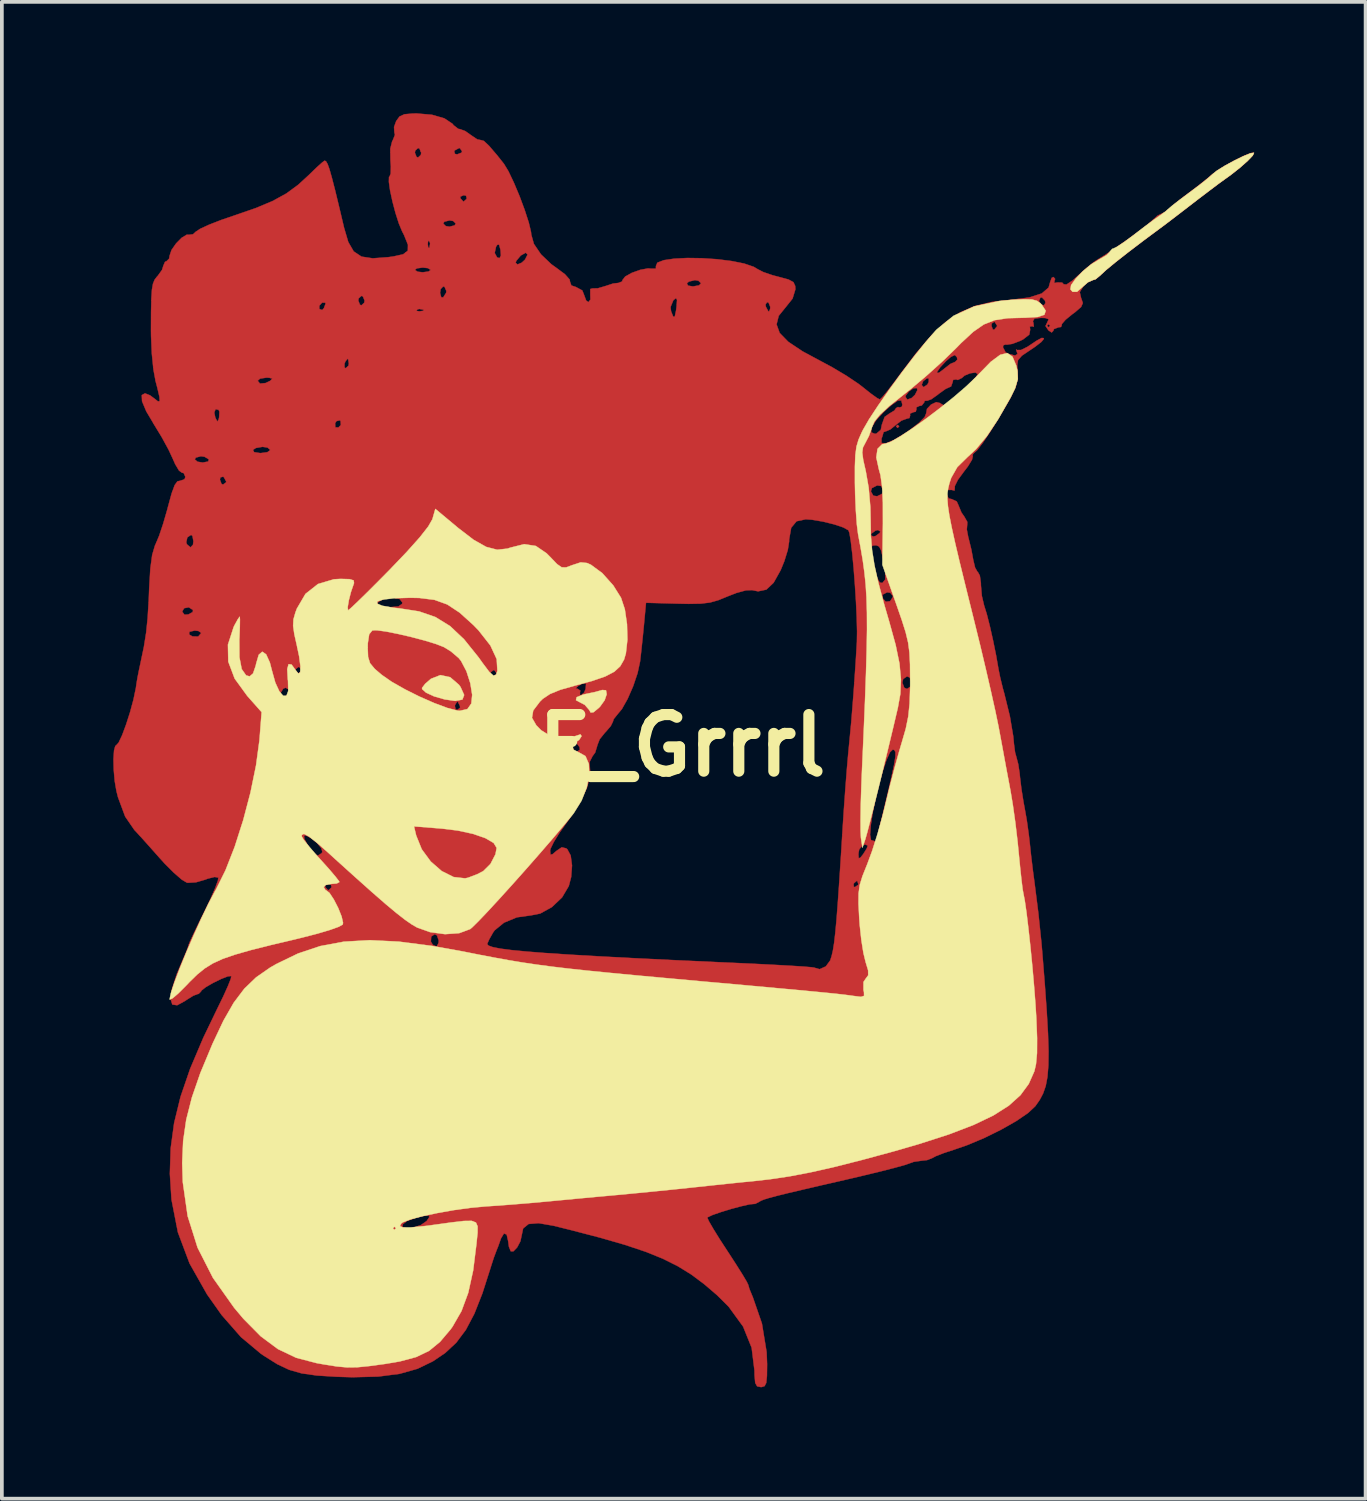
<source format=kicad_pcb>
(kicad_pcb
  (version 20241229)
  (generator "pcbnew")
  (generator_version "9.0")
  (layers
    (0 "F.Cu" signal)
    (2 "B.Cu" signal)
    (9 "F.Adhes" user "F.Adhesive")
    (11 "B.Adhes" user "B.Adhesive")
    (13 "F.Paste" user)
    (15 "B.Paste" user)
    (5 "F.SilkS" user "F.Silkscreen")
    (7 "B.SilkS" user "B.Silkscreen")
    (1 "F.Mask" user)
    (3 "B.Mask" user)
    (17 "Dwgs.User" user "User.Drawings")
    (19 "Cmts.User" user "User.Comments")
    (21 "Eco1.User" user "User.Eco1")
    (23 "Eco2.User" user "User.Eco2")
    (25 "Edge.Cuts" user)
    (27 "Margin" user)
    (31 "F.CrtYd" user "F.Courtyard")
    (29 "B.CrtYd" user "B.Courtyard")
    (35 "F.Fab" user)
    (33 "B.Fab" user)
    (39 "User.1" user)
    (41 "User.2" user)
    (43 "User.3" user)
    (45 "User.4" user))
  (footprint "E_Grrrl"
    (layer "F.Cu")
    (at 15.317 17.023)
    (property "Reference" "E_Grrrl" (at 0 0 0) (layer "F.SilkS") (effects (font (size 1.524 1.524) (thickness 0.3))))
    (attr through_hole)
    (fp_poly (pts (xy 5.842 -8.594) (xy 5.8 -8.551) (xy 5.757 -8.594) (xy 5.8 -8.636) (xy 5.842 -8.594)) (stroke (width 0.01) (type solid)) (fill yes) (layer "F.Cu"))
    (fp_poly (pts (xy -6.737 -16.983) (xy -6.404 -16.887) (xy -6.186 -16.742) (xy -6.155 -16.702) (xy -6.029 -16.604) (xy -5.978 -16.595) (xy -5.839 -16.543) (xy -5.675 -16.427) (xy -5.519 -16.321) (xy -5.416 -16.3) (xy -5.415 -16.3) (xy -5.34 -16.279) (xy -5.2 -16.147) (xy -4.984 -15.895) (xy -4.799 -15.662) (xy -4.677 -15.461) (xy -4.531 -15.154) (xy -4.378 -14.79) (xy -4.239 -14.416) (xy -4.13 -14.079) (xy -4.07 -13.827) (xy -4.064 -13.76) (xy -3.993 -13.506) (xy -3.801 -13.224) (xy -3.522 -12.958) (xy -3.388 -12.862) (xy -3.157 -12.69) (xy -3.031 -12.548) (xy -3.019 -12.485) (xy -2.984 -12.387) (xy -2.864 -12.347) (xy -2.689 -12.253) (xy -2.64 -12.129) (xy -2.585 -11.98) (xy -2.524 -11.938) (xy -2.471 -12.008) (xy -2.475 -12.142) (xy -2.475 -12.292) (xy -2.414 -12.308) (xy -2.272 -12.311) (xy -2.068 -12.371) (xy -2.068 -12.371) (xy -1.861 -12.439) (xy -1.798 -12.446) (xy 0.127 -12.446) (xy 0.157 -12.383) (xy 0.291 -12.361) (xy 0.453 -12.39) (xy 0.508 -12.446) (xy 0.437 -12.515) (xy 0.344 -12.531) (xy 0.182 -12.492) (xy 0.127 -12.446) (xy -1.798 -12.446) (xy -1.714 -12.456) (xy -1.617 -12.496) (xy -1.609 -12.531) (xy -1.535 -12.627) (xy -1.356 -12.727) (xy -1.13 -12.808) (xy -0.919 -12.847) (xy -0.827 -12.84) (xy -0.708 -12.84) (xy -0.707 -12.91) (xy -0.669 -13.001) (xy -0.495 -13.068) (xy -0.216 -13.109) (xy 0.138 -13.127) (xy 0.534 -13.121) (xy 0.942 -13.094) (xy 1.331 -13.045) (xy 1.67 -12.977) (xy 1.927 -12.889) (xy 2.032 -12.826) (xy 2.184 -12.748) (xy 2.435 -12.662) (xy 2.603 -12.618) (xy 2.862 -12.548) (xy 2.995 -12.477) (xy 3.043 -12.373) (xy 3.048 -12.284) (xy 2.972 -12.034) (xy 2.794 -11.811) (xy 2.599 -11.57) (xy 2.541 -11.339) (xy 2.624 -11.109) (xy 2.857 -10.87) (xy 3.244 -10.612) (xy 3.654 -10.392) (xy 4.043 -10.183) (xy 4.425 -9.955) (xy 4.741 -9.743) (xy 4.856 -9.655) (xy 5.078 -9.478) (xy 5.248 -9.356) (xy 5.322 -9.318) (xy 5.392 -9.384) (xy 5.395 -9.388) (xy 6.011 -9.388) (xy 6.061 -9.316) (xy 6.177 -9.357) (xy 6.267 -9.442) (xy 6.332 -9.57) (xy 6.322 -9.624) (xy 6.228 -9.62) (xy 6.103 -9.535) (xy 6.018 -9.422) (xy 6.011 -9.388) (xy 5.395 -9.388) (xy 5.536 -9.558) (xy 5.65 -9.707) (xy 6.448 -9.707) (xy 6.497 -9.652) (xy 6.503 -9.652) (xy 6.601 -9.72) (xy 6.637 -9.786) (xy 6.64 -9.885) (xy 6.588 -9.887) (xy 6.487 -9.809) (xy 6.448 -9.707) (xy 5.65 -9.707) (xy 5.728 -9.808) (xy 5.842 -9.963) (xy 5.9 -10.04) (xy 6.858 -10.04) (xy 6.91 -10.035) (xy 7.036 -10.129) (xy 7.054 -10.145) (xy 7.22 -10.275) (xy 7.347 -10.329) (xy 7.348 -10.329) (xy 7.408 -10.391) (xy 7.397 -10.455) (xy 7.341 -10.515) (xy 7.235 -10.465) (xy 7.103 -10.35) (xy 6.947 -10.184) (xy 6.863 -10.06) (xy 6.858 -10.04) (xy 5.9 -10.04) (xy 6.304 -10.572) (xy 6.714 -11.047) (xy 6.988 -11.303) (xy 8.326 -11.303) (xy 8.364 -11.202) (xy 8.402 -11.197) (xy 8.478 -11.29) (xy 8.479 -11.303) (xy 8.415 -11.404) (xy 8.402 -11.409) (xy 8.336 -11.365) (xy 8.326 -11.303) (xy 6.988 -11.303) (xy 7.098 -11.405) (xy 7.48 -11.662) (xy 7.886 -11.836) (xy 8.34 -11.944) (xy 8.534 -11.966) (xy 9.604 -11.966) (xy 9.67 -11.873) (xy 9.739 -11.853) (xy 9.781 -11.916) (xy 9.767 -11.98) (xy 9.687 -12.065) (xy 9.642 -12.059) (xy 9.604 -11.966) (xy 8.534 -11.966) (xy 8.848 -12.001) (xy 9.345 -12.064) (xy 9.682 -12.173) (xy 9.865 -12.33) (xy 9.903 -12.467) (xy 9.948 -12.593) (xy 9.996 -12.615) (xy 10.042 -12.562) (xy 10.024 -12.516) (xy 10.02 -12.452) (xy 10.098 -12.469) (xy 10.231 -12.465) (xy 10.271 -12.42) (xy 10.347 -12.413) (xy 10.51 -12.521) (xy 10.649 -12.646) (xy 10.873 -12.848) (xy 11.073 -13.01) (xy 11.16 -13.069) (xy 11.389 -13.211) (xy 11.682 -13.407) (xy 11.996 -13.627) (xy 12.291 -13.843) (xy 12.527 -14.025) (xy 12.662 -14.144) (xy 12.663 -14.146) (xy 12.8 -14.269) (xy 12.882 -14.309) (xy 12.993 -14.361) (xy 13.111 -14.457) (xy 13.267 -14.59) (xy 13.498 -14.773) (xy 13.668 -14.901) (xy 13.921 -15.094) (xy 14.142 -15.271) (xy 14.24 -15.355) (xy 14.407 -15.481) (xy 14.643 -15.627) (xy 14.904 -15.77) (xy 15.146 -15.887) (xy 15.326 -15.956) (xy 15.396 -15.959) (xy 15.362 -15.886) (xy 15.224 -15.742) (xy 15.017 -15.558) (xy 14.772 -15.365) (xy 14.598 -15.24) (xy 14.451 -15.134) (xy 14.211 -14.953) (xy 13.917 -14.73) (xy 13.755 -14.605) (xy 13.443 -14.365) (xy 13.156 -14.145) (xy 12.937 -13.979) (xy 12.867 -13.928) (xy 12.415 -13.592) (xy 12.008 -13.282) (xy 11.668 -13.015) (xy 11.417 -12.808) (xy 11.279 -12.681) (xy 11.271 -12.672) (xy 11.133 -12.557) (xy 11.052 -12.531) (xy 10.921 -12.473) (xy 10.801 -12.368) (xy 10.704 -12.209) (xy 10.741 -12.045) (xy 10.748 -12.032) (xy 10.787 -11.914) (xy 10.74 -11.808) (xy 10.581 -11.67) (xy 10.503 -11.613) (xy 10.32 -11.463) (xy 10.222 -11.349) (xy 10.219 -11.314) (xy 10.199 -11.269) (xy 10.132 -11.261) (xy 10.01 -11.214) (xy 9.991 -11.166) (xy 9.949 -11.121) (xy 9.863 -11.177) (xy 9.782 -11.295) (xy 9.786 -11.303) (xy 9.821 -11.303) (xy 9.864 -11.261) (xy 9.906 -11.303) (xy 9.864 -11.345) (xy 9.821 -11.303) (xy 9.786 -11.303) (xy 9.831 -11.399) (xy 9.867 -11.479) (xy 9.776 -11.511) (xy 9.665 -11.515) (xy 9.487 -11.497) (xy 9.443 -11.428) (xy 9.457 -11.374) (xy 9.468 -11.278) (xy 9.42 -11.289) (xy 9.36 -11.279) (xy 9.369 -11.194) (xy 9.344 -11.063) (xy 9.181 -10.937) (xy 9.101 -10.896) (xy 8.888 -10.815) (xy 8.738 -10.792) (xy 8.715 -10.799) (xy 8.646 -10.778) (xy 8.636 -10.724) (xy 8.705 -10.591) (xy 8.77 -10.55) (xy 8.962 -10.501) (xy 9.029 -10.543) (xy 9.008 -10.604) (xy 8.989 -10.666) (xy 9.015 -10.649) (xy 9.123 -10.65) (xy 9.294 -10.735) (xy 9.304 -10.741) (xy 9.546 -10.903) (xy 9.681 -10.975) (xy 9.733 -10.969) (xy 9.737 -10.948) (xy 9.671 -10.868) (xy 9.502 -10.737) (xy 9.364 -10.644) (xy 9.146 -10.497) (xy 9.042 -10.378) (xy 9.019 -10.235) (xy 9.033 -10.094) (xy 9.037 -9.877) (xy 8.977 -9.651) (xy 8.837 -9.36) (xy 8.784 -9.264) (xy 8.533 -8.835) (xy 8.299 -8.458) (xy 8.097 -8.156) (xy 7.943 -7.954) (xy 7.852 -7.874) (xy 7.849 -7.874) (xy 7.815 -7.822) (xy 7.827 -7.797) (xy 7.803 -7.696) (xy 7.692 -7.515) (xy 7.578 -7.366) (xy 7.423 -7.154) (xy 7.34 -6.986) (xy 7.338 -6.92) (xy 7.332 -6.865) (xy 7.253 -6.883) (xy 7.138 -6.882) (xy 7.112 -6.78) (xy 7.173 -6.652) (xy 7.257 -6.635) (xy 7.391 -6.573) (xy 7.435 -6.477) (xy 7.519 -6.273) (xy 7.595 -6.165) (xy 7.676 -6.022) (xy 7.673 -5.944) (xy 7.663 -5.817) (xy 7.702 -5.609) (xy 7.711 -5.579) (xy 7.785 -5.278) (xy 7.837 -4.995) (xy 7.886 -4.791) (xy 7.951 -4.676) (xy 7.961 -4.671) (xy 8.014 -4.576) (xy 8.042 -4.377) (xy 8.043 -4.316) (xy 8.068 -4.029) (xy 8.129 -3.77) (xy 8.135 -3.752) (xy 8.201 -3.539) (xy 8.284 -3.212) (xy 8.371 -2.825) (xy 8.451 -2.431) (xy 8.512 -2.082) (xy 8.513 -2.074) (xy 8.56 -1.84) (xy 8.634 -1.537) (xy 8.673 -1.397) (xy 8.822 -0.791) (xy 8.914 -0.245) (xy 8.933 -0.042) (xy 8.963 0.186) (xy 9.006 0.341) (xy 9.048 0.502) (xy 9.086 0.752) (xy 9.095 0.849) (xy 9.134 1.171) (xy 9.192 1.534) (xy 9.217 1.666) (xy 9.279 2.017) (xy 9.334 2.414) (xy 9.355 2.597) (xy 9.393 2.955) (xy 9.444 3.376) (xy 9.485 3.683) (xy 9.59 4.516) (xy 9.672 5.305) (xy 9.693 5.546) (xy 9.763 6.426) (xy 9.815 7.155) (xy 9.849 7.751) (xy 9.864 8.232) (xy 9.859 8.616) (xy 9.834 8.921) (xy 9.788 9.164) (xy 9.719 9.363) (xy 9.628 9.537) (xy 9.513 9.702) (xy 9.509 9.708) (xy 9.31 9.894) (xy 8.989 10.113) (xy 8.583 10.343) (xy 8.131 10.566) (xy 7.671 10.759) (xy 7.324 10.879) (xy 7.044 10.971) (xy 6.828 11.055) (xy 6.735 11.105) (xy 6.593 11.161) (xy 6.455 11.176) (xy 6.231 11.208) (xy 6.111 11.252) (xy 5.986 11.295) (xy 5.724 11.367) (xy 5.355 11.462) (xy 4.908 11.57) (xy 4.445 11.679) (xy 3.768 11.834) (xy 3.237 11.958) (xy 2.834 12.053) (xy 2.54 12.126) (xy 2.335 12.181) (xy 2.202 12.222) (xy 2.121 12.255) (xy 2.074 12.283) (xy 1.966 12.339) (xy 1.947 12.34) (xy 1.817 12.352) (xy 1.591 12.403) (xy 1.317 12.476) (xy 1.043 12.56) (xy 0.818 12.638) (xy 0.691 12.698) (xy 0.677 12.713) (xy 0.722 12.812) (xy 0.842 13.019) (xy 1.02 13.306) (xy 1.228 13.625) (xy 1.443 13.956) (xy 1.619 14.235) (xy 1.737 14.433) (xy 1.778 14.518) (xy 1.81 14.63) (xy 1.889 14.822) (xy 1.9 14.846) (xy 2.147 15.561) (xy 2.273 16.329) (xy 2.286 16.652) (xy 2.282 16.972) (xy 2.263 17.158) (xy 2.219 17.246) (xy 2.141 17.271) (xy 2.117 17.272) (xy 2.017 17.251) (xy 1.966 17.159) (xy 1.948 16.957) (xy 1.946 16.828) (xy 1.87 16.213) (xy 1.64 15.643) (xy 1.251 15.108) (xy 0.941 14.799) (xy 0.591 14.5) (xy 0.246 14.242) (xy -0.117 14.018) (xy -0.52 13.816) (xy -0.986 13.628) (xy -1.539 13.443) (xy -2.2 13.252) (xy -2.994 13.045) (xy -3.461 12.929) (xy -3.865 12.859) (xy -4.135 12.881) (xy -4.282 13) (xy -4.318 13.17) (xy -4.355 13.344) (xy -4.442 13.51) (xy -4.543 13.616) (xy -4.616 13.616) (xy -4.665 13.494) (xy -4.686 13.341) (xy -4.726 13.165) (xy -4.799 13.136) (xy -4.876 13.264) (xy -4.879 13.271) (xy -4.952 13.477) (xy -4.997 13.589) (xy -5.071 13.787) (xy -5.152 14.038) (xy -5.157 14.055) (xy -5.378 14.746) (xy -5.595 15.296) (xy -5.824 15.73) (xy -6.081 16.074) (xy -6.381 16.354) (xy -6.71 16.577) (xy -7.127 16.779) (xy -7.608 16.915) (xy -8.182 16.989) (xy -8.875 17.007) (xy -9.311 16.994) (xy -9.837 16.961) (xy -10.245 16.903) (xy -10.584 16.806) (xy -10.905 16.654) (xy -11.258 16.432) (xy -11.347 16.371) (xy -11.88 15.925) (xy -12.399 15.333) (xy -12.794 14.774) (xy -13.263 13.944) (xy -13.577 13.107) (xy -13.619 12.895) (xy -7.529 12.895) (xy -7.526 12.971) (xy -7.395 12.999) (xy -7.26 12.984) (xy -7.036 12.91) (xy -6.881 12.802) (xy -6.88 12.802) (xy -6.806 12.692) (xy -6.831 12.649) (xy -6.979 12.667) (xy -7.178 12.715) (xy -7.41 12.801) (xy -7.529 12.895) (xy -13.619 12.895) (xy -13.75 12.223) (xy -13.794 11.53) (xy -13.772 10.843) (xy -13.679 10.161) (xy -13.507 9.456) (xy -13.248 8.701) (xy -12.894 7.867) (xy -12.527 7.104) (xy -12.359 6.76) (xy -12.23 6.474) (xy -12.153 6.279) (xy -12.139 6.205) (xy -12.233 6.214) (xy -12.416 6.285) (xy -12.631 6.391) (xy -12.825 6.503) (xy -12.941 6.594) (xy -12.954 6.619) (xy -13.019 6.686) (xy -13.042 6.689) (xy -13.163 6.735) (xy -13.348 6.85) (xy -13.381 6.874) (xy -13.597 6.992) (xy -13.728 6.972) (xy -13.775 6.82) (xy -13.736 6.547) (xy -13.611 6.16) (xy -13.453 5.783) (xy -13.357 5.561) (xy -13.3 5.408) (xy -13.293 5.377) (xy -13.257 5.285) (xy -13.253 5.276) (xy -6.766 5.276) (xy -6.717 5.362) (xy -6.61 5.414) (xy -6.576 5.346) (xy -5.249 5.346) (xy -5.213 5.387) (xy -5.099 5.427) (xy -4.897 5.467) (xy -4.6 5.506) (xy -4.197 5.545) (xy -3.682 5.586) (xy -3.044 5.628) (xy -2.274 5.673) (xy -1.365 5.721) (xy -0.307 5.773) (xy 0.908 5.829) (xy 1.355 5.849) (xy 1.941 5.876) (xy 2.47 5.903) (xy 2.918 5.928) (xy 3.263 5.95) (xy 3.48 5.968) (xy 3.549 5.978) (xy 3.699 6.021) (xy 3.867 5.946) (xy 3.985 5.785) (xy 4.023 5.667) (xy 4.058 5.517) (xy 4.09 5.317) (xy 4.121 5.049) (xy 4.154 4.697) (xy 4.189 4.242) (xy 4.225 3.725) (xy 4.614 3.725) (xy 4.621 3.803) (xy 4.652 3.81) (xy 4.738 3.749) (xy 4.741 3.725) (xy 4.712 3.643) (xy 4.704 3.641) (xy 4.632 3.7) (xy 4.614 3.725) (xy 4.225 3.725) (xy 4.229 3.666) (xy 4.275 2.953) (xy 4.278 2.909) (xy 4.744 2.909) (xy 4.753 3.035) (xy 4.8 3.016) (xy 4.871 2.926) (xy 4.967 2.774) (xy 4.995 2.696) (xy 4.933 2.663) (xy 4.868 2.679) (xy 4.767 2.793) (xy 4.744 2.909) (xy 4.278 2.909) (xy 4.309 2.402) (xy 5.058 2.402) (xy 5.082 2.538) (xy 5.092 2.548) (xy 5.201 2.579) (xy 5.226 2.558) (xy 5.251 2.458) (xy 5.308 2.225) (xy 5.389 1.888) (xy 5.486 1.48) (xy 5.527 1.308) (xy 5.636 0.84) (xy 5.706 0.511) (xy 5.74 0.298) (xy 5.741 0.176) (xy 5.712 0.12) (xy 5.67 0.108) (xy 5.594 0.181) (xy 5.501 0.386) (xy 5.4 0.687) (xy 5.299 1.05) (xy 5.205 1.438) (xy 5.128 1.816) (xy 5.077 2.149) (xy 5.058 2.402) (xy 4.309 2.402) (xy 4.316 2.286) (xy 4.352 1.732) (xy 4.392 1.172) (xy 4.432 0.654) (xy 4.469 0.228) (xy 4.487 0.042) (xy 4.551 -0.626) (xy 4.613 -1.404) (xy 4.633 -1.693) (xy 5.927 -1.693) (xy 5.98 -1.555) (xy 6.054 -1.524) (xy 6.157 -1.595) (xy 6.181 -1.693) (xy 6.128 -1.831) (xy 6.054 -1.863) (xy 5.95 -1.792) (xy 5.927 -1.693) (xy 4.633 -1.693) (xy 4.67 -2.23) (xy 4.704 -2.794) (xy 4.708 -3.071) (xy 4.699 -3.442) (xy 4.679 -3.871) (xy 4.673 -3.968) (xy 5.397 -3.968) (xy 5.481 -3.872) (xy 5.598 -3.887) (xy 5.67 -3.997) (xy 5.673 -4.025) (xy 5.604 -4.114) (xy 5.516 -4.126) (xy 5.398 -4.064) (xy 5.397 -3.968) (xy 4.673 -3.968) (xy 4.65 -4.326) (xy 4.616 -4.773) (xy 4.578 -5.177) (xy 4.557 -5.348) (xy 5.093 -5.348) (xy 5.094 -5.24) (xy 5.131 -5.027) (xy 5.175 -4.804) (xy 5.245 -4.524) (xy 5.316 -4.39) (xy 5.389 -4.377) (xy 5.466 -4.47) (xy 5.465 -4.68) (xy 5.458 -4.73) (xy 5.401 -5.062) (xy 5.353 -5.261) (xy 5.302 -5.358) (xy 5.235 -5.389) (xy 5.209 -5.39) (xy 5.131 -5.386) (xy 5.093 -5.348) (xy 4.557 -5.348) (xy 4.539 -5.505) (xy 4.512 -5.666) (xy 5.08 -5.666) (xy 5.142 -5.627) (xy 5.207 -5.642) (xy 5.319 -5.724) (xy 5.334 -5.764) (xy 5.272 -5.803) (xy 5.207 -5.788) (xy 5.095 -5.706) (xy 5.08 -5.666) (xy 4.512 -5.666) (xy 4.502 -5.724) (xy 4.476 -5.796) (xy 4.338 -5.873) (xy 4.089 -5.956) (xy 3.788 -6.03) (xy 3.493 -6.08) (xy 3.326 -6.092) (xy 3.08 -6.039) (xy 2.935 -5.864) (xy 2.88 -5.553) (xy 2.879 -5.492) (xy 2.843 -5.265) (xy 2.75 -4.964) (xy 2.651 -4.722) (xy 2.462 -4.384) (xy 2.267 -4.199) (xy 2.044 -4.152) (xy 1.882 -4.185) (xy 1.717 -4.179) (xy 1.457 -4.108) (xy 1.225 -4.017) (xy 0.973 -3.914) (xy 0.75 -3.851) (xy 0.501 -3.821) (xy 0.174 -3.815) (xy -0.122 -3.821) (xy -0.974 -3.844) (xy -1.029 -3.255) (xy -1.066 -2.88) (xy -1.106 -2.505) (xy -1.134 -2.261) (xy -1.201 -1.951) (xy -1.32 -1.598) (xy -1.469 -1.257) (xy -1.623 -0.983) (xy -1.738 -0.845) (xy -1.844 -0.712) (xy -1.864 -0.646) (xy -1.922 -0.527) (xy -2.06 -0.366) (xy -2.076 -0.351) (xy -2.221 -0.171) (xy -2.286 -0.005) (xy -2.286 0.003) (xy -2.343 0.189) (xy -2.413 0.284) (xy -2.494 0.444) (xy -2.488 0.546) (xy -2.471 0.796) (xy -2.564 1.136) (xy -2.755 1.537) (xy -3.033 1.969) (xy -3.09 2.047) (xy -3.297 2.339) (xy -3.457 2.597) (xy -3.546 2.78) (xy -3.556 2.828) (xy -3.546 2.937) (xy -3.489 2.925) (xy -3.388 2.838) (xy -3.243 2.739) (xy -3.125 2.767) (xy -3.092 2.793) (xy -3.002 2.96) (xy -2.966 3.229) (xy -2.989 3.538) (xy -3.053 3.783) (xy -3.235 4.09) (xy -3.509 4.35) (xy -3.823 4.523) (xy -4.07 4.572) (xy -4.451 4.625) (xy -4.796 4.768) (xy -5.048 4.973) (xy -5.091 5.033) (xy -5.196 5.219) (xy -5.248 5.337) (xy -5.249 5.346) (xy -6.576 5.346) (xy -6.559 5.31) (xy -6.556 5.249) (xy -6.601 5.112) (xy -6.664 5.08) (xy -6.757 5.143) (xy -6.766 5.276) (xy -13.253 5.276) (xy -13.16 5.075) (xy -13.018 4.779) (xy -12.868 4.477) (xy -12.702 4.131) (xy -12.575 3.839) (xy -12.548 3.765) (xy -9.616 3.765) (xy -9.61 3.81) (xy -9.537 3.891) (xy -9.525 3.895) (xy -9.458 3.836) (xy -9.44 3.81) (xy -9.46 3.738) (xy -9.525 3.725) (xy -9.616 3.765) (xy -12.548 3.765) (xy -12.5 3.635) (xy -12.489 3.555) (xy -12.588 3.538) (xy -12.777 3.585) (xy -12.841 3.61) (xy -13.091 3.682) (xy -13.309 3.695) (xy -13.338 3.69) (xy -13.475 3.608) (xy -13.685 3.426) (xy -13.933 3.178) (xy -14.066 3.031) (xy -14.317 2.748) (xy -14.54 2.499) (xy -14.607 2.426) (xy -10.18 2.426) (xy -10.175 2.507) (xy -10.095 2.657) (xy -9.978 2.819) (xy -9.864 2.937) (xy -9.81 2.963) (xy -9.713 2.902) (xy -9.689 2.869) (xy -9.712 2.768) (xy -9.827 2.628) (xy -9.982 2.497) (xy -10.124 2.423) (xy -10.18 2.426) (xy -14.607 2.426) (xy -14.701 2.323) (xy -14.749 2.273) (xy -14.997 1.912) (xy -15.19 1.392) (xy -15.233 1.222) (xy -15.279 0.954) (xy -15.305 0.653) (xy -15.312 0.364) (xy -15.297 0.134) (xy -15.272 0.042) (xy -2.963 0.042) (xy -2.897 0.155) (xy -2.839 0.169) (xy -2.754 0.113) (xy -2.763 0.042) (xy -2.846 -0.07) (xy -2.888 -0.085) (xy -2.955 -0.016) (xy -2.963 0.042) (xy -15.272 0.042) (xy -15.262 0.009) (xy -15.245 -0.001) (xy -15.175 -0.077) (xy -15.079 -0.279) (xy -14.972 -0.567) (xy -14.865 -0.901) (xy -14.819 -1.072) (xy -6.121 -1.072) (xy -6.101 -0.973) (xy -6.054 -0.96) (xy -5.979 -1.019) (xy -5.986 -1.072) (xy -6.039 -1.175) (xy -6.054 -1.185) (xy -6.101 -1.12) (xy -6.121 -1.072) (xy -14.819 -1.072) (xy -14.773 -1.241) (xy -14.737 -1.417) (xy -10.812 -1.417) (xy -10.796 -1.357) (xy -10.705 -1.312) (xy -10.615 -1.375) (xy -10.59 -1.497) (xy -10.595 -1.514) (xy -10.648 -1.542) (xy -2.867 -1.542) (xy -2.81 -1.525) (xy -2.74 -1.477) (xy -2.752 -1.439) (xy -2.751 -1.361) (xy -2.724 -1.355) (xy -2.641 -1.425) (xy -2.6 -1.524) (xy -2.589 -1.665) (xy -2.674 -1.675) (xy -2.794 -1.609) (xy -2.867 -1.542) (xy -10.648 -1.542) (xy -10.679 -1.557) (xy -10.742 -1.531) (xy -10.812 -1.417) (xy -14.737 -1.417) (xy -14.709 -1.548) (xy -14.695 -1.651) (xy -14.665 -1.832) (xy -14.625 -2.032) (xy -10.414 -2.032) (xy -10.35 -1.95) (xy -10.329 -1.947) (xy -5.165 -1.947) (xy -5.1 -1.865) (xy -5.08 -1.863) (xy -4.998 -1.927) (xy -4.995 -1.947) (xy -5.06 -2.03) (xy -5.08 -2.032) (xy -5.162 -1.968) (xy -5.165 -1.947) (xy -10.329 -1.947) (xy -10.247 -2.012) (xy -10.245 -2.032) (xy -10.309 -2.114) (xy -10.329 -2.117) (xy -10.412 -2.052) (xy -10.414 -2.032) (xy -14.625 -2.032) (xy -14.611 -2.098) (xy -14.58 -2.244) (xy -14.493 -2.658) (xy -14.44 -2.992) (xy -13.275 -2.992) (xy -13.187 -2.939) (xy -13.031 -2.935) (xy -12.954 -3.025) (xy -12.954 -3.035) (xy -13.025 -3.085) (xy -13.123 -3.096) (xy -13.268 -3.063) (xy -13.275 -2.992) (xy -14.44 -2.992) (xy -14.433 -3.035) (xy -14.392 -3.434) (xy -14.382 -3.606) (xy -13.462 -3.606) (xy -13.4 -3.523) (xy -13.294 -3.531) (xy -13.178 -3.596) (xy -13.172 -3.65) (xy -13.284 -3.722) (xy -13.41 -3.698) (xy -13.462 -3.606) (xy -14.382 -3.606) (xy -14.367 -3.848) (xy -8.205 -3.848) (xy -8.179 -3.777) (xy -8.016 -3.733) (xy -7.874 -3.725) (xy -7.639 -3.746) (xy -7.541 -3.816) (xy -7.535 -3.852) (xy -7.607 -3.946) (xy -7.784 -3.981) (xy -8.011 -3.95) (xy -8.079 -3.928) (xy -8.205 -3.848) (xy -14.367 -3.848) (xy -14.363 -3.912) (xy -14.35 -4.249) (xy -14.32 -4.762) (xy -14.27 -5.133) (xy -14.195 -5.387) (xy -14.172 -5.435) (xy -14.157 -5.471) (xy -13.353 -5.471) (xy -13.335 -5.419) (xy -13.238 -5.336) (xy -13.171 -5.407) (xy -13.16 -5.503) (xy -13.185 -5.641) (xy -13.221 -5.673) (xy -13.323 -5.606) (xy -13.353 -5.471) (xy -14.157 -5.471) (xy -14.083 -5.648) (xy -13.976 -5.967) (xy -13.87 -6.332) (xy -13.843 -6.435) (xy -13.745 -6.793) (xy -13.725 -6.845) (xy 5.08 -6.845) (xy 5.145 -6.727) (xy 5.249 -6.712) (xy 5.391 -6.784) (xy 5.419 -6.871) (xy 5.354 -6.989) (xy 5.249 -7.004) (xy 5.108 -6.932) (xy 5.08 -6.845) (xy -13.725 -6.845) (xy -13.665 -7.01) (xy -13.591 -7.113) (xy -13.518 -7.129) (xy -13.426 -7.159) (xy -12.446 -7.159) (xy -12.402 -7.043) (xy -12.361 -7.027) (xy -12.279 -7.088) (xy -12.277 -7.107) (xy -12.338 -7.222) (xy -12.361 -7.239) (xy -12.434 -7.22) (xy -12.446 -7.159) (xy -13.426 -7.159) (xy -13.398 -7.168) (xy -13.377 -7.235) (xy -13.423 -7.338) (xy -13.467 -7.345) (xy -13.548 -7.404) (xy -13.651 -7.577) (xy -13.707 -7.705) (xy -13.123 -7.705) (xy -13.051 -7.642) (xy -12.907 -7.62) (xy -12.763 -7.647) (xy -12.742 -7.705) (xy -12.862 -7.776) (xy -12.959 -7.789) (xy -13.094 -7.753) (xy -13.123 -7.705) (xy -13.707 -7.705) (xy -13.825 -7.959) (xy -11.557 -7.959) (xy -11.524 -7.899) (xy -11.359 -7.874) (xy -11.35 -7.874) (xy -11.17 -7.898) (xy -11.091 -7.956) (xy -11.091 -7.959) (xy -11.164 -8.023) (xy -11.298 -8.043) (xy -11.477 -8.012) (xy -11.557 -7.959) (xy -13.825 -7.959) (xy -13.832 -7.973) (xy -13.927 -8.147) (xy 5.366 -8.147) (xy 5.481 -8.137) (xy 5.698 -8.226) (xy 6.005 -8.411) (xy 6.107 -8.481) (xy 6.368 -8.682) (xy 6.529 -8.846) (xy 6.569 -8.945) (xy 6.591 -9.066) (xy 6.701 -9.181) (xy 6.84 -9.246) (xy 6.947 -9.22) (xy 6.953 -9.212) (xy 7.04 -9.161) (xy 7.169 -9.23) (xy 7.367 -9.392) (xy 7.582 -9.588) (xy 7.778 -9.781) (xy 7.916 -9.933) (xy 7.959 -10.003) (xy 7.895 -10.043) (xy 7.753 -10.023) (xy 7.604 -9.962) (xy 7.53 -9.897) (xy 7.42 -9.843) (xy 7.375 -9.858) (xy 7.295 -9.846) (xy 7.281 -9.784) (xy 7.24 -9.668) (xy 7.203 -9.652) (xy 7.093 -9.602) (xy 6.919 -9.478) (xy 6.876 -9.443) (xy 6.705 -9.322) (xy 6.589 -9.281) (xy 6.573 -9.287) (xy 6.524 -9.277) (xy 6.519 -9.243) (xy 6.451 -9.156) (xy 6.387 -9.144) (xy 6.3 -9.103) (xy 6.308 -9.059) (xy 6.288 -8.988) (xy 6.223 -8.975) (xy 6.132 -8.935) (xy 6.138 -8.89) (xy 6.119 -8.818) (xy 6.059 -8.805) (xy 5.904 -8.749) (xy 5.757 -8.636) (xy 5.606 -8.512) (xy 5.503 -8.467) (xy 5.421 -8.439) (xy 5.419 -8.431) (xy 5.392 -8.332) (xy 5.367 -8.262) (xy 5.366 -8.147) (xy -13.927 -8.147) (xy -14.014 -8.306) (xy -14.091 -8.433) (xy 5.088 -8.433) (xy 5.189 -8.393) (xy 5.227 -8.398) (xy 5.347 -8.499) (xy 5.375 -8.637) (xy 5.45 -8.848) (xy 5.567 -8.931) (xy 5.713 -9.02) (xy 5.757 -9.084) (xy 5.81 -9.116) (xy 5.842 -9.102) (xy 5.914 -9.121) (xy 5.927 -9.181) (xy 5.899 -9.291) (xy 5.805 -9.287) (xy 5.63 -9.164) (xy 5.429 -8.985) (xy 5.216 -8.753) (xy 5.1 -8.562) (xy 5.088 -8.433) (xy -14.091 -8.433) (xy -14.21 -8.628) (xy -14.239 -8.678) (xy -9.344 -8.678) (xy -9.34 -8.569) (xy -9.257 -8.563) (xy -9.19 -8.63) (xy -9.198 -8.739) (xy -9.218 -8.757) (xy -9.309 -8.735) (xy -9.344 -8.678) (xy -14.239 -8.678) (xy -14.41 -8.966) (xy -12.598 -8.966) (xy -12.57 -8.83) (xy -12.515 -8.724) (xy -12.482 -8.776) (xy -12.468 -8.833) (xy -12.46 -8.987) (xy -12.481 -9.038) (xy -12.562 -9.058) (xy -12.598 -8.966) (xy -14.41 -8.966) (xy -14.429 -8.998) (xy -14.543 -9.27) (xy -14.55 -9.435) (xy -14.463 -9.483) (xy -14.328 -9.43) (xy -14.21 -9.343) (xy -14.113 -9.266) (xy -14.068 -9.274) (xy -14.075 -9.39) (xy -14.132 -9.635) (xy -14.18 -9.817) (xy -14.18 -9.821) (xy -11.43 -9.821) (xy -11.367 -9.746) (xy -11.217 -9.76) (xy -11.091 -9.821) (xy -11.034 -9.88) (xy -11.123 -9.903) (xy -11.197 -9.905) (xy -11.366 -9.879) (xy -11.43 -9.821) (xy -14.18 -9.821) (xy -14.238 -10.133) (xy -14.242 -10.178) (xy -9.092 -10.178) (xy -9.057 -10.16) (xy -8.984 -10.229) (xy -8.975 -10.287) (xy -8.993 -10.4) (xy -9.008 -10.414) (xy -9.063 -10.348) (xy -9.09 -10.287) (xy -9.092 -10.178) (xy -14.242 -10.178) (xy -14.28 -10.556) (xy -14.3 -11.027) (xy -14.302 -11.172) (xy -14.3 -11.67) (xy -14.299 -11.704) (xy -7.16 -11.704) (xy -7.077 -11.691) (xy -6.967 -11.706) (xy -6.966 -11.735) (xy -7.079 -11.755) (xy -7.128 -11.742) (xy -7.16 -11.704) (xy -14.299 -11.704) (xy -14.296 -11.841) (xy -9.77 -11.841) (xy -9.77 -11.754) (xy -9.692 -11.726) (xy -9.646 -11.778) (xy -9.636 -11.806) (xy -0.314 -11.806) (xy -0.299 -11.693) (xy -0.241 -11.546) (xy -0.2 -11.548) (xy -0.166 -11.709) (xy -0.153 -11.812) (xy -0.148 -11.876) (xy 2.242 -11.876) (xy 2.255 -11.811) (xy 2.315 -11.7) (xy 2.337 -11.684) (xy 2.367 -11.753) (xy 2.371 -11.811) (xy 2.326 -11.924) (xy 2.289 -11.938) (xy 2.242 -11.876) (xy -0.148 -11.876) (xy -0.139 -12) (xy -0.168 -12.046) (xy -0.237 -11.991) (xy -0.314 -11.806) (xy -9.636 -11.806) (xy -9.602 -11.895) (xy -9.609 -11.923) (xy -9.696 -11.925) (xy -9.77 -11.841) (xy -14.296 -11.841) (xy -14.293 -11.98) (xy -8.721 -11.98) (xy -8.675 -11.868) (xy -8.636 -11.853) (xy -8.561 -11.922) (xy -8.551 -11.98) (xy -8.597 -12.093) (xy -8.636 -12.107) (xy -8.711 -12.039) (xy -8.721 -11.98) (xy -14.293 -11.98) (xy -14.293 -12.027) (xy -14.282 -12.187) (xy -6.519 -12.187) (xy -6.487 -12.07) (xy -6.435 -12.065) (xy -6.357 -12.188) (xy -6.35 -12.239) (xy -6.397 -12.349) (xy -6.435 -12.361) (xy -6.503 -12.29) (xy -6.519 -12.187) (xy -14.282 -12.187) (xy -14.277 -12.273) (xy -14.248 -12.435) (xy -14.204 -12.543) (xy -14.14 -12.626) (xy -14.118 -12.649) (xy -14.005 -12.806) (xy -7.197 -12.806) (xy -7.124 -12.758) (xy -6.985 -12.742) (xy -6.826 -12.764) (xy -6.773 -12.806) (xy -6.846 -12.854) (xy -6.985 -12.869) (xy -7.144 -12.848) (xy -7.197 -12.806) (xy -14.005 -12.806) (xy -14.003 -12.81) (xy -13.97 -12.918) (xy -13.933 -13.002) (xy -4.487 -13.002) (xy -4.436 -12.953) (xy -4.32 -13.001) (xy -4.232 -13.083) (xy -4.163 -13.22) (xy -4.213 -13.269) (xy -4.342 -13.196) (xy -4.356 -13.182) (xy -4.461 -13.057) (xy -4.487 -13.002) (xy -13.933 -13.002) (xy -13.922 -13.026) (xy -13.885 -13.039) (xy -13.814 -13.109) (xy -13.801 -13.188) (xy -13.75 -13.341) (xy -13.626 -13.519) (xy -13.474 -13.673) (xy -13.337 -13.755) (xy -13.282 -13.752) (xy -13.17 -13.766) (xy -13.097 -13.834) (xy -12.979 -13.912) (xy -12.736 -14.024) (xy -12.405 -14.153) (xy -12.067 -14.268) (xy -11.483 -14.47) (xy -11.026 -14.661) (xy -10.657 -14.864) (xy -10.336 -15.1) (xy -10.047 -15.366) (xy -9.844 -15.563) (xy -9.691 -15.701) (xy -9.625 -15.748) (xy -9.589 -15.729) (xy -9.547 -15.657) (xy -9.496 -15.515) (xy -9.43 -15.282) (xy -9.342 -14.94) (xy -9.228 -14.468) (xy -9.102 -13.935) (xy -8.99 -13.556) (xy -8.844 -13.304) (xy -8.634 -13.164) (xy -8.332 -13.118) (xy -7.907 -13.15) (xy -7.768 -13.17) (xy -7.512 -13.227) (xy -7.466 -13.262) (xy -5.048 -13.262) (xy -4.984 -13.143) (xy -4.917 -13.123) (xy -4.881 -13.194) (xy -4.892 -13.346) (xy -4.931 -13.489) (xy -4.979 -13.481) (xy -5.012 -13.43) (xy -5.048 -13.262) (xy -7.466 -13.262) (xy -7.387 -13.323) (xy -7.384 -13.486) (xy -7.394 -13.511) (xy -6.851 -13.511) (xy -6.836 -13.402) (xy -6.807 -13.4) (xy -6.787 -13.514) (xy -6.8 -13.563) (xy -6.838 -13.595) (xy -6.851 -13.511) (xy -7.394 -13.511) (xy -7.491 -13.749) (xy -7.541 -13.846) (xy -7.628 -14.055) (xy -6.435 -14.055) (xy -6.364 -13.986) (xy -6.265 -13.97) (xy -6.128 -14.005) (xy -6.096 -14.055) (xy -6.167 -14.123) (xy -6.265 -14.139) (xy -6.403 -14.104) (xy -6.435 -14.055) (xy -7.628 -14.055) (xy -7.63 -14.06) (xy -7.72 -14.342) (xy -7.801 -14.649) (xy -7.828 -14.777) (xy -5.976 -14.777) (xy -5.969 -14.732) (xy -5.897 -14.651) (xy -5.884 -14.647) (xy -5.817 -14.706) (xy -5.8 -14.732) (xy -5.82 -14.804) (xy -5.884 -14.817) (xy -5.976 -14.777) (xy -7.828 -14.777) (xy -7.864 -14.941) (xy -7.897 -15.175) (xy -7.894 -15.308) (xy -7.877 -15.325) (xy -7.848 -15.4) (xy -7.844 -15.594) (xy -7.855 -15.748) (xy -7.858 -15.96) (xy -7.197 -15.96) (xy -7.151 -15.847) (xy -7.112 -15.833) (xy -7.037 -15.901) (xy -7.027 -15.96) (xy -7.045 -16.002) (xy -6.138 -16.002) (xy -6.119 -15.93) (xy -6.059 -15.917) (xy -5.943 -15.962) (xy -5.927 -16.002) (xy -5.987 -16.084) (xy -6.006 -16.087) (xy -6.121 -16.025) (xy -6.138 -16.002) (xy -7.045 -16.002) (xy -7.073 -16.072) (xy -7.112 -16.087) (xy -7.187 -16.018) (xy -7.197 -15.96) (xy -7.858 -15.96) (xy -7.86 -16.067) (xy -7.808 -16.272) (xy -7.793 -16.294) (xy -7.734 -16.442) (xy -7.75 -16.514) (xy -7.758 -16.654) (xy -7.7 -16.814) (xy -7.611 -16.936) (xy -7.478 -16.997) (xy -7.246 -17.017) (xy -7.144 -17.018) (xy -6.737 -16.983)) (stroke (width 0.01) (type solid)) (fill yes) (layer "F.Cu"))
    (fp_poly (pts (xy -13.169 -3.527) (xy -13.075 -3.425) (xy -13.04 -3.264) (xy -13.067 -3.114) (xy -13.156 -3.048) (xy -13.255 -3.121) (xy -13.318 -3.281) (xy -13.342 -3.483) (xy -13.295 -3.554) (xy -13.169 -3.527)) (stroke (width 0.01) (type solid)) (fill yes) (layer "F.Mask"))
    (fp_poly (pts (xy 2.247 -11.832) (xy 2.313 -11.745) (xy 2.273 -11.559) (xy 2.229 -11.444) (xy 2.113 -11.187) (xy 2.024 -11.079) (xy 1.938 -11.109) (xy 1.834 -11.26) (xy 1.748 -11.513) (xy 1.791 -11.718) (xy 1.949 -11.837) (xy 2.063 -11.853) (xy 2.247 -11.832)) (stroke (width 0.01) (type solid)) (fill yes) (layer "F.Mask"))
    (fp_poly (pts (xy -5.998 -11.262) (xy -5.927 -11.169) (xy -5.994 -11.082) (xy -6.158 -10.977) (xy -6.359 -10.882) (xy -6.54 -10.825) (xy -6.642 -10.831) (xy -6.645 -10.835) (xy -6.642 -10.968) (xy -6.549 -11.137) (xy -6.407 -11.274) (xy -6.341 -11.306) (xy -6.162 -11.316) (xy -5.998 -11.262)) (stroke (width 0.01) (type solid)) (fill yes) (layer "F.Mask"))
    (fp_poly (pts (xy -2.871 -12.431) (xy -2.71 -12.36) (xy -2.676 -12.312) (xy -2.628 -12.035) (xy -2.73 -11.829) (xy -2.875 -11.728) (xy -3.056 -11.649) (xy -3.171 -11.666) (xy -3.289 -11.774) (xy -3.398 -11.987) (xy -3.388 -12.214) (xy -3.267 -12.381) (xy -3.082 -12.441) (xy -2.871 -12.431)) (stroke (width 0.01) (type solid)) (fill yes) (layer "F.Mask"))
    (fp_poly (pts (xy -0.755 -12.864) (xy -0.631 -12.749) (xy -0.635 -12.558) (xy -0.712 -12.403) (xy -0.897 -12.251) (xy -1.148 -12.186) (xy -1.392 -12.22) (xy -1.507 -12.294) (xy -1.608 -12.477) (xy -1.545 -12.649) (xy -1.325 -12.795) (xy -1.297 -12.806) (xy -0.984 -12.888) (xy -0.755 -12.864)) (stroke (width 0.01) (type solid)) (fill yes) (layer "F.Mask"))
    (fp_poly (pts (xy -10.965 -10.67) (xy -10.889 -10.561) (xy -10.831 -10.341) (xy -10.902 -10.134) (xy -11.065 -9.973) (xy -11.281 -9.89) (xy -11.511 -9.917) (xy -11.593 -9.962) (xy -11.727 -10.088) (xy -11.746 -10.226) (xy -11.646 -10.413) (xy -11.51 -10.582) (xy -11.304 -10.772) (xy -11.13 -10.801) (xy -10.965 -10.67)) (stroke (width 0.01) (type solid)) (fill yes) (layer "F.Mask"))
    (fp_poly (pts (xy -7.476 -10.557) (xy -7.373 -10.475) (xy -7.426 -10.331) (xy -7.632 -10.123) (xy -7.682 -10.081) (xy -7.952 -9.894) (xy -8.155 -9.827) (xy -8.274 -9.882) (xy -8.297 -9.987) (xy -8.262 -10.189) (xy -8.199 -10.368) (xy -8.108 -10.507) (xy -7.966 -10.57) (xy -7.733 -10.583) (xy -7.476 -10.557)) (stroke (width 0.01) (type solid)) (fill yes) (layer "F.Mask"))
    (fp_poly (pts (xy -4.583 -12.461) (xy -4.4 -12.292) (xy -4.267 -12.084) (xy -4.233 -11.943) (xy -4.305 -11.72) (xy -4.485 -11.554) (xy -4.719 -11.468) (xy -4.954 -11.483) (xy -5.106 -11.582) (xy -5.232 -11.822) (xy -5.237 -12.085) (xy -5.139 -12.322) (xy -4.954 -12.486) (xy -4.762 -12.531) (xy -4.583 -12.461)) (stroke (width 0.01) (type solid)) (fill yes) (layer "F.Mask"))
    (fp_poly (pts (xy -12.556 -5.958) (xy -12.324 -5.826) (xy -12.157 -5.654) (xy -12.107 -5.513) (xy -12.181 -5.277) (xy -12.372 -5.108) (xy -12.633 -5.033) (xy -12.918 -5.075) (xy -12.93 -5.08) (xy -13.112 -5.228) (xy -13.192 -5.443) (xy -13.178 -5.677) (xy -13.077 -5.879) (xy -12.897 -5.998) (xy -12.798 -6.011) (xy -12.556 -5.958)) (stroke (width 0.01) (type solid)) (fill yes) (layer "F.Mask"))
    (fp_poly (pts (xy -10.994 -7.862) (xy -10.901 -7.774) (xy -10.763 -7.513) (xy -10.774 -7.264) (xy -10.917 -7.066) (xy -11.172 -6.954) (xy -11.307 -6.943) (xy -11.556 -6.987) (xy -11.726 -7.143) (xy -11.738 -7.161) (xy -11.841 -7.431) (xy -11.787 -7.661) (xy -11.588 -7.827) (xy -11.386 -7.888) (xy -11.145 -7.912) (xy -10.994 -7.862)) (stroke (width 0.01) (type solid)) (fill yes) (layer "F.Mask"))
    (fp_poly (pts (xy -9.499 -10.798) (xy -9.282 -10.662) (xy -9.115 -10.45) (xy -9.057 -10.201) (xy -9.118 -9.976) (xy -9.161 -9.923) (xy -9.32 -9.847) (xy -9.552 -9.819) (xy -9.791 -9.837) (xy -9.971 -9.898) (xy -10.024 -9.955) (xy -10.075 -10.244) (xy -10.03 -10.522) (xy -9.921 -10.697) (xy -9.714 -10.82) (xy -9.499 -10.798)) (stroke (width 0.01) (type solid)) (fill yes) (layer "F.Mask"))
    (fp_poly (pts (xy -6.762 -12.723) (xy -6.573 -12.595) (xy -6.473 -12.412) (xy -6.483 -12.251) (xy -6.642 -11.952) (xy -6.893 -11.794) (xy -7.085 -11.769) (xy -7.301 -11.798) (xy -7.419 -11.911) (xy -7.453 -11.986) (xy -7.525 -12.235) (xy -7.504 -12.422) (xy -7.404 -12.596) (xy -7.222 -12.74) (xy -6.993 -12.776) (xy -6.762 -12.723)) (stroke (width 0.01) (type solid)) (fill yes) (layer "F.Mask"))
    (fp_poly (pts (xy 0.676 -12.237) (xy 0.707 -12.207) (xy 0.83 -11.97) (xy 0.83 -11.711) (xy 0.73 -11.472) (xy 0.553 -11.295) (xy 0.322 -11.22) (xy 0.169 -11.241) (xy -0.023 -11.38) (xy -0.141 -11.616) (xy -0.172 -11.889) (xy -0.103 -12.139) (xy -0.036 -12.228) (xy 0.183 -12.341) (xy 0.447 -12.344) (xy 0.676 -12.237)) (stroke (width 0.01) (type solid)) (fill yes) (layer "F.Mask"))
    (fp_poly (pts (xy -12.61 -7.529) (xy -12.588 -7.514) (xy -12.426 -7.307) (xy -12.415 -7.056) (xy -12.553 -6.796) (xy -12.59 -6.755) (xy -12.832 -6.565) (xy -13.04 -6.539) (xy -13.222 -6.676) (xy -13.246 -6.708) (xy -13.345 -6.943) (xy -13.373 -7.213) (xy -13.326 -7.444) (xy -13.276 -7.518) (xy -13.089 -7.604) (xy -12.839 -7.608) (xy -12.61 -7.529)) (stroke (width 0.01) (type solid)) (fill yes) (layer "F.Mask"))
    (fp_poly (pts (xy -11.684 -9.34) (xy -11.616 -9.296) (xy -11.523 -9.097) (xy -11.529 -8.836) (xy -11.626 -8.585) (xy -11.711 -8.481) (xy -11.945 -8.324) (xy -12.146 -8.331) (xy -12.322 -8.502) (xy -12.323 -8.502) (xy -12.425 -8.741) (xy -12.461 -9.001) (xy -12.427 -9.22) (xy -12.353 -9.32) (xy -12.152 -9.384) (xy -11.901 -9.39) (xy -11.684 -9.34)) (stroke (width 0.01) (type solid)) (fill yes) (layer "F.Mask"))
    (fp_poly (pts (xy -9.823 -9.079) (xy -9.614 -8.986) (xy -9.425 -8.859) (xy -9.32 -8.734) (xy -9.313 -8.704) (xy -9.377 -8.592) (xy -9.531 -8.435) (xy -9.725 -8.278) (xy -9.904 -8.162) (xy -9.999 -8.13) (xy -10.157 -8.187) (xy -10.274 -8.283) (xy -10.409 -8.534) (xy -10.395 -8.783) (xy -10.248 -8.988) (xy -9.991 -9.102) (xy -9.823 -9.079)) (stroke (width 0.01) (type solid)) (fill yes) (layer "F.Mask"))
    (fp_poly (pts (xy -8.642 -12.29) (xy -8.65 -12.115) (xy -8.686 -11.895) (xy -8.741 -11.69) (xy -8.803 -11.56) (xy -8.998 -11.445) (xy -9.252 -11.459) (xy -9.464 -11.562) (xy -9.604 -11.695) (xy -9.652 -11.798) (xy -9.584 -11.875) (xy -9.411 -11.996) (xy -9.183 -12.132) (xy -8.948 -12.257) (xy -8.756 -12.341) (xy -8.672 -12.361) (xy -8.642 -12.29)) (stroke (width 0.01) (type solid)) (fill yes) (layer "F.Mask"))
    (fp_poly (pts (xy -6.06 -13.966) (xy -5.851 -13.796) (xy -5.759 -13.52) (xy -5.757 -13.467) (xy -5.829 -13.22) (xy -6.009 -13.044) (xy -6.247 -12.96) (xy -6.493 -12.99) (xy -6.64 -13.087) (xy -6.735 -13.275) (xy -6.771 -13.536) (xy -6.74 -13.783) (xy -6.704 -13.864) (xy -6.579 -13.946) (xy -6.369 -14.001) (xy -6.356 -14.002) (xy -6.06 -13.966)) (stroke (width 0.01) (type solid)) (fill yes) (layer "F.Mask"))
    (fp_poly (pts (xy -1.316 -11.733) (xy -1.153 -11.613) (xy -1.101 -11.442) (xy -1.152 -11.291) (xy -1.276 -11.093) (xy -1.432 -10.903) (xy -1.576 -10.776) (xy -1.636 -10.753) (xy -1.777 -10.797) (xy -1.95 -10.896) (xy -2.184 -11.078) (xy -2.271 -11.227) (xy -2.217 -11.381) (xy -2.054 -11.554) (xy -1.81 -11.708) (xy -1.55 -11.766) (xy -1.316 -11.733)) (stroke (width 0.01) (type solid)) (fill yes) (layer "F.Mask"))
    (fp_poly (pts (xy -7.318 -16.382) (xy -7.228 -16.247) (xy -7.223 -16.235) (xy -7.16 -15.952) (xy -7.242 -15.663) (xy -7.319 -15.532) (xy -7.448 -15.368) (xy -7.565 -15.344) (xy -7.726 -15.443) (xy -7.836 -15.611) (xy -7.874 -15.908) (xy -7.874 -15.938) (xy -7.861 -16.183) (xy -7.807 -16.31) (xy -7.691 -16.37) (xy -7.684 -16.372) (xy -7.451 -16.418) (xy -7.318 -16.382)) (stroke (width 0.01) (type solid)) (fill yes) (layer "F.Mask"))
    (fp_poly (pts (xy -4.448 -14.169) (xy -4.335 -13.981) (xy -4.326 -13.957) (xy -4.246 -13.614) (xy -4.251 -13.324) (xy -4.335 -13.14) (xy -4.497 -13.06) (xy -4.702 -13.041) (xy -4.853 -13.094) (xy -4.854 -13.095) (xy -4.889 -13.212) (xy -4.907 -13.434) (xy -4.907 -13.699) (xy -4.89 -13.942) (xy -4.859 -14.09) (xy -4.743 -14.196) (xy -4.614 -14.224) (xy -4.448 -14.169)) (stroke (width 0.01) (type solid)) (fill yes) (layer "F.Mask"))
    (fp_poly (pts (xy -5.614 -15.935) (xy -5.423 -15.774) (xy -5.284 -15.58) (xy -5.249 -15.457) (xy -5.309 -15.336) (xy -5.456 -15.163) (xy -5.64 -14.987) (xy -5.811 -14.856) (xy -5.906 -14.817) (xy -6.01 -14.881) (xy -6.156 -15.044) (xy -6.22 -15.133) (xy -6.351 -15.346) (xy -6.427 -15.511) (xy -6.435 -15.55) (xy -6.364 -15.687) (xy -6.194 -15.836) (xy -5.982 -15.955) (xy -5.794 -16.002) (xy -5.614 -15.935)) (stroke (width 0.01) (type solid)) (fill yes) (layer "F.Mask"))
    (fp_poly (pts (xy -6.247 -1.84) (xy -6.011 -1.637) (xy -5.966 -1.574) (xy -5.87 -1.361) (xy -5.918 -1.237) (xy -6.111 -1.202) (xy -6.392 -1.242) (xy -6.681 -1.325) (xy -6.897 -1.425) (xy -7.002 -1.52) (xy -7.004 -1.552) (xy -6.92 -1.662) (xy -6.763 -1.798) (xy -6.509 -1.897) (xy -6.247 -1.84)) (stroke (width 0.01) (type solid)) (fill yes) (layer "F.SilkS"))
    (fp_poly (pts (xy -2.051 -1.488) (xy -2.033 -1.381) (xy -2.088 -1.22) (xy -2.211 -1.049) (xy -2.241 -1.018) (xy -2.388 -0.896) (xy -2.464 -0.889) (xy -2.503 -0.958) (xy -2.623 -1.097) (xy -2.717 -1.145) (xy -2.86 -1.222) (xy -2.841 -1.302) (xy -2.666 -1.373) (xy -2.576 -1.393) (xy -2.339 -1.443) (xy -2.164 -1.492) (xy -2.153 -1.496) (xy -2.051 -1.488)) (stroke (width 0.01) (type solid)) (fill yes) (layer "F.SilkS"))
    (fp_poly (pts (xy 15.396 -15.959) (xy 15.362 -15.886) (xy 15.224 -15.742) (xy 15.017 -15.558) (xy 14.772 -15.365) (xy 14.598 -15.24) (xy 14.451 -15.134) (xy 14.211 -14.953) (xy 13.917 -14.73) (xy 13.755 -14.605) (xy 13.443 -14.365) (xy 13.156 -14.145) (xy 12.937 -13.979) (xy 12.867 -13.928) (xy 12.415 -13.592) (xy 12.008 -13.282) (xy 11.668 -13.015) (xy 11.417 -12.808) (xy 11.279 -12.681) (xy 11.271 -12.672) (xy 11.133 -12.557) (xy 11.052 -12.531) (xy 10.922 -12.473) (xy 10.795 -12.361) (xy 10.629 -12.216) (xy 10.511 -12.216) (xy 10.452 -12.284) (xy 10.471 -12.398) (xy 10.595 -12.572) (xy 10.787 -12.771) (xy 11.012 -12.957) (xy 11.237 -13.095) (xy 11.239 -13.096) (xy 11.421 -13.202) (xy 11.512 -13.291) (xy 11.515 -13.302) (xy 11.579 -13.375) (xy 11.598 -13.377) (xy 11.701 -13.426) (xy 11.897 -13.555) (xy 12.147 -13.739) (xy 12.199 -13.78) (xy 12.467 -13.985) (xy 12.696 -14.155) (xy 12.843 -14.259) (xy 12.855 -14.266) (xy 13.02 -14.386) (xy 13.079 -14.44) (xy 13.187 -14.532) (xy 13.39 -14.69) (xy 13.647 -14.882) (xy 13.674 -14.901) (xy 13.935 -15.098) (xy 14.147 -15.267) (xy 14.269 -15.375) (xy 14.274 -15.381) (xy 14.397 -15.479) (xy 14.606 -15.609) (xy 14.857 -15.745) (xy 15.102 -15.865) (xy 15.296 -15.945) (xy 15.394 -15.96) (xy 15.396 -15.959)) (stroke (width 0.01) (type solid)) (fill yes) (layer "F.SilkS"))
    (fp_poly (pts (xy 9.414 -12.011) (xy 9.552 -11.974) (xy 9.651 -11.901) (xy 9.681 -11.869) (xy 9.787 -11.707) (xy 9.752 -11.599) (xy 9.57 -11.538) (xy 9.232 -11.518) (xy 9.203 -11.518) (xy 8.758 -11.506) (xy 8.413 -11.453) (xy 8.121 -11.338) (xy 7.835 -11.139) (xy 7.509 -10.837) (xy 7.369 -10.694) (xy 7.01 -10.345) (xy 6.58 -9.958) (xy 6.151 -9.596) (xy 5.953 -9.44) (xy 5.575 -9.139) (xy 5.322 -8.906) (xy 5.174 -8.723) (xy 5.119 -8.595) (xy 5.029 -8.338) (xy 4.931 -8.149) (xy 4.867 -8.027) (xy 4.848 -7.89) (xy 4.874 -7.689) (xy 4.944 -7.381) (xy 5.021 -6.939) (xy 5.066 -6.42) (xy 5.074 -6.049) (xy 5.08 -5.648) (xy 5.113 -5.259) (xy 5.179 -4.844) (xy 5.286 -4.369) (xy 5.44 -3.796) (xy 5.577 -3.325) (xy 5.747 -2.709) (xy 5.85 -2.208) (xy 5.89 -1.781) (xy 5.873 -1.389) (xy 5.806 -1.016) (xy 5.686 -0.506) (xy 5.555 0.04) (xy 5.42 0.596) (xy 5.289 1.132) (xy 5.167 1.619) (xy 5.063 2.031) (xy 4.983 2.337) (xy 4.934 2.51) (xy 4.931 2.52) (xy 4.853 2.752) (xy 4.812 2.48) (xy 4.803 2.308) (xy 4.802 2) (xy 4.808 1.59) (xy 4.823 1.113) (xy 4.839 0.702) (xy 4.885 -0.329) (xy 4.922 -1.21) (xy 4.949 -1.957) (xy 4.967 -2.59) (xy 4.976 -3.125) (xy 4.974 -3.582) (xy 4.962 -3.979) (xy 4.94 -4.333) (xy 4.906 -4.662) (xy 4.862 -4.985) (xy 4.805 -5.32) (xy 4.737 -5.684) (xy 4.735 -5.695) (xy 4.703 -5.948) (xy 4.676 -6.315) (xy 4.657 -6.743) (xy 4.65 -7.077) (xy 4.65 -7.511) (xy 4.662 -7.82) (xy 4.692 -8.048) (xy 4.749 -8.24) (xy 4.837 -8.439) (xy 4.871 -8.506) (xy 5.032 -8.785) (xy 5.276 -9.156) (xy 5.577 -9.586) (xy 5.908 -10.038) (xy 6.243 -10.476) (xy 6.556 -10.865) (xy 6.82 -11.169) (xy 6.855 -11.205) (xy 7.306 -11.571) (xy 7.861 -11.824) (xy 8.533 -11.969) (xy 8.848 -11.999) (xy 9.193 -12.017) (xy 9.414 -12.011)) (stroke (width 0.01) (type solid)) (fill yes) (layer "F.SilkS"))
    (fp_poly (pts (xy 8.893 -10.47) (xy 8.994 -10.23) (xy 9.028 -10.085) (xy 9.037 -9.866) (xy 8.964 -9.619) (xy 8.843 -9.373) (xy 8.506 -8.784) (xy 8.203 -8.33) (xy 7.915 -7.984) (xy 7.683 -7.768) (xy 7.407 -7.497) (xy 7.243 -7.209) (xy 7.196 -7.067) (xy 7.163 -6.935) (xy 7.143 -6.799) (xy 7.14 -6.641) (xy 7.155 -6.446) (xy 7.193 -6.194) (xy 7.257 -5.869) (xy 7.349 -5.453) (xy 7.473 -4.929) (xy 7.632 -4.28) (xy 7.829 -3.487) (xy 7.875 -3.3) (xy 8.028 -2.678) (xy 8.177 -2.05) (xy 8.314 -1.454) (xy 8.431 -0.929) (xy 8.517 -0.513) (xy 8.542 -0.379) (xy 8.629 0.09) (xy 8.72 0.585) (xy 8.804 1.03) (xy 8.841 1.228) (xy 8.904 1.608) (xy 8.971 2.085) (xy 9.03 2.585) (xy 9.059 2.879) (xy 9.098 3.277) (xy 9.135 3.62) (xy 9.166 3.869) (xy 9.186 3.979) (xy 9.223 4.169) (xy 9.27 4.493) (xy 9.321 4.918) (xy 9.375 5.411) (xy 9.427 5.938) (xy 9.473 6.464) (xy 9.511 6.956) (xy 9.534 7.329) (xy 9.555 7.874) (xy 9.553 8.28) (xy 9.526 8.576) (xy 9.482 8.768) (xy 9.331 9.108) (xy 9.106 9.414) (xy 8.792 9.696) (xy 8.376 9.96) (xy 7.843 10.215) (xy 7.179 10.469) (xy 6.372 10.729) (xy 5.699 10.924) (xy 4.832 11.159) (xy 4.095 11.346) (xy 3.457 11.49) (xy 2.887 11.599) (xy 2.356 11.678) (xy 1.947 11.724) (xy 1.643 11.754) (xy 1.227 11.797) (xy 0.753 11.847) (xy 0.296 11.896) (xy -0.248 11.953) (xy -0.857 12.014) (xy -1.445 12.071) (xy -1.82 12.106) (xy -2.324 12.152) (xy -2.865 12.202) (xy -3.368 12.25) (xy -3.641 12.276) (xy -4.115 12.319) (xy -4.659 12.363) (xy -5.173 12.4) (xy -5.292 12.408) (xy -5.701 12.446) (xy -6.145 12.507) (xy -6.586 12.585) (xy -6.987 12.67) (xy -7.31 12.756) (xy -7.518 12.835) (xy -7.564 12.866) (xy -7.601 12.938) (xy -7.519 12.973) (xy -7.305 12.973) (xy -6.944 12.938) (xy -6.689 12.905) (xy -6.213 12.839) (xy -5.881 12.8) (xy -5.669 12.797) (xy -5.553 12.842) (xy -5.508 12.945) (xy -5.509 13.115) (xy -5.534 13.364) (xy -5.537 13.399) (xy -5.628 14.133) (xy -5.76 14.732) (xy -5.942 15.225) (xy -6.182 15.643) (xy -6.237 15.72) (xy -6.52 16.054) (xy -6.813 16.295) (xy -7.161 16.463) (xy -7.605 16.582) (xy -8.001 16.649) (xy -8.431 16.707) (xy -8.752 16.739) (xy -9.024 16.742) (xy -9.305 16.716) (xy -9.655 16.66) (xy -9.851 16.625) (xy -10.395 16.482) (xy -10.884 16.249) (xy -11.347 15.905) (xy -11.815 15.431) (xy -12.063 15.136) (xy -12.634 14.33) (xy -13.048 13.517) (xy -13.211 12.996) (xy -7.789 12.996) (xy -7.747 13.039) (xy -7.705 12.996) (xy -7.747 12.954) (xy -7.789 12.996) (xy -13.211 12.996) (xy -13.315 12.668) (xy -13.445 11.756) (xy -13.462 11.236) (xy -13.436 10.647) (xy -13.353 10.073) (xy -13.201 9.475) (xy -12.973 8.816) (xy -12.657 8.058) (xy -12.644 8.027) (xy -12.352 7.409) (xy -12.075 6.925) (xy -11.789 6.546) (xy -11.471 6.24) (xy -11.096 5.979) (xy -10.928 5.882) (xy -10.343 5.599) (xy -9.745 5.399) (xy -9.108 5.28) (xy -8.411 5.24) (xy -7.628 5.279) (xy -6.736 5.394) (xy -5.902 5.544) (xy -5.451 5.634) (xy -5.047 5.711) (xy -4.671 5.779) (xy -4.304 5.84) (xy -3.928 5.896) (xy -3.523 5.95) (xy -3.07 6.004) (xy -2.55 6.06) (xy -1.945 6.12) (xy -1.234 6.188) (xy -0.4 6.264) (xy 0.576 6.353) (xy 0.974 6.388) (xy 1.827 6.465) (xy 2.528 6.529) (xy 3.095 6.581) (xy 3.544 6.623) (xy 3.893 6.657) (xy 4.159 6.684) (xy 4.359 6.707) (xy 4.509 6.726) (xy 4.605 6.74) (xy 4.814 6.766) (xy 4.897 6.739) (xy 4.894 6.636) (xy 4.881 6.581) (xy 4.882 6.364) (xy 4.943 6.273) (xy 5.008 6.186) (xy 5.006 6.052) (xy 4.938 5.826) (xy 4.879 5.584) (xy 4.823 5.232) (xy 4.78 4.832) (xy 4.767 4.653) (xy 4.747 4.262) (xy 4.749 3.981) (xy 4.781 3.752) (xy 4.853 3.516) (xy 4.973 3.216) (xy 4.981 3.197) (xy 5.113 2.839) (xy 5.257 2.384) (xy 5.392 1.9) (xy 5.467 1.599) (xy 5.583 1.12) (xy 5.715 0.612) (xy 5.844 0.148) (xy 5.913 -0.085) (xy 6.02 -0.455) (xy 6.087 -0.784) (xy 6.123 -1.133) (xy 6.137 -1.565) (xy 6.137 -1.778) (xy 6.134 -2.186) (xy 6.119 -2.501) (xy 6.083 -2.773) (xy 6.016 -3.053) (xy 5.908 -3.393) (xy 5.763 -3.81) (xy 5.389 -4.868) (xy 5.404 -5.979) (xy 5.403 -6.545) (xy 5.382 -6.97) (xy 5.339 -7.281) (xy 5.293 -7.447) (xy 5.226 -7.757) (xy 5.259 -7.988) (xy 5.385 -8.114) (xy 5.468 -8.128) (xy 5.619 -8.18) (xy 5.87 -8.323) (xy 6.194 -8.536) (xy 6.561 -8.798) (xy 6.944 -9.089) (xy 7.316 -9.387) (xy 7.648 -9.673) (xy 7.913 -9.925) (xy 7.98 -9.996) (xy 8.308 -10.332) (xy 8.562 -10.521) (xy 8.753 -10.567) (xy 8.893 -10.47)) (stroke (width 0.01) (type solid)) (fill yes) (layer "F.SilkS"))
    (fp_poly (pts (xy -6.028 -5.856) (xy -5.615 -5.539) (xy -5.275 -5.348) (xy -4.981 -5.272) (xy -4.706 -5.302) (xy -4.629 -5.328) (xy -4.253 -5.422) (xy -3.941 -5.374) (xy -3.651 -5.176) (xy -3.555 -5.079) (xy -3.37 -4.886) (xy -3.245 -4.799) (xy -3.125 -4.796) (xy -2.956 -4.859) (xy -2.956 -4.859) (xy -2.733 -4.932) (xy -2.563 -4.915) (xy -2.457 -4.868) (xy -2.151 -4.642) (xy -1.856 -4.312) (xy -1.647 -3.979) (xy -1.544 -3.668) (xy -1.486 -3.269) (xy -1.475 -2.851) (xy -1.516 -2.482) (xy -1.566 -2.313) (xy -1.67 -2.133) (xy -1.828 -1.988) (xy -2.071 -1.861) (xy -2.425 -1.739) (xy -2.879 -1.616) (xy -3.281 -1.502) (xy -3.558 -1.389) (xy -3.754 -1.258) (xy -3.831 -1.182) (xy -4.011 -0.944) (xy -4.044 -0.747) (xy -3.929 -0.546) (xy -3.801 -0.415) (xy -3.485 -0.216) (xy -3.147 -0.172) (xy -2.873 -0.257) (xy -2.739 -0.301) (xy -2.709 -0.254) (xy -2.777 -0.149) (xy -2.836 -0.115) (xy -2.952 -0.013) (xy -2.931 0.107) (xy -2.785 0.184) (xy -2.779 0.185) (xy -2.604 0.284) (xy -2.513 0.496) (xy -2.502 0.788) (xy -2.569 1.129) (xy -2.71 1.485) (xy -2.921 1.824) (xy -2.943 1.852) (xy -3.191 2.155) (xy -3.499 2.519) (xy -3.846 2.92) (xy -4.213 3.338) (xy -4.579 3.749) (xy -4.926 4.132) (xy -5.234 4.466) (xy -5.483 4.727) (xy -5.653 4.895) (xy -5.708 4.941) (xy -6.004 5.051) (xy -6.384 5.078) (xy -6.788 5.023) (xy -7.137 4.899) (xy -7.285 4.813) (xy -7.465 4.688) (xy -7.694 4.509) (xy -7.984 4.267) (xy -8.351 3.947) (xy -8.809 3.538) (xy -9.373 3.029) (xy -9.514 2.9) (xy -9.835 2.616) (xy -10.054 2.445) (xy -10.184 2.378) (xy -10.24 2.405) (xy -10.245 2.443) (xy -10.191 2.534) (xy -10.047 2.716) (xy -9.84 2.956) (xy -9.737 3.07) (xy -9.51 3.322) (xy -9.336 3.527) (xy -9.24 3.652) (xy -9.229 3.675) (xy -9.301 3.713) (xy -9.44 3.725) (xy -9.599 3.754) (xy -9.652 3.81) (xy -9.603 3.892) (xy -9.588 3.895) (xy -9.497 3.966) (xy -9.379 4.144) (xy -9.261 4.374) (xy -9.17 4.602) (xy -9.131 4.772) (xy -9.14 4.819) (xy -9.244 4.878) (xy -9.481 4.963) (xy -9.821 5.064) (xy -10.231 5.17) (xy -10.383 5.207) (xy -11.068 5.369) (xy -11.612 5.506) (xy -12.039 5.628) (xy -12.372 5.743) (xy -12.636 5.864) (xy -12.855 6) (xy -13.054 6.161) (xy -13.256 6.358) (xy -13.357 6.464) (xy -13.565 6.672) (xy -13.721 6.805) (xy -13.797 6.84) (xy -13.801 6.831) (xy -13.766 6.663) (xy -13.67 6.375) (xy -13.528 6) (xy -13.352 5.569) (xy -13.156 5.114) (xy -12.954 4.669) (xy -12.759 4.264) (xy -12.586 3.933) (xy -12.549 3.869) (xy -12.296 3.358) (xy -12.048 2.724) (xy -11.873 2.176) (xy -7.221 2.176) (xy -7.162 2.422) (xy -7.012 2.793) (xy -6.771 3.121) (xy -6.474 3.38) (xy -6.154 3.54) (xy -5.845 3.575) (xy -5.767 3.559) (xy -5.522 3.466) (xy -5.355 3.38) (xy -5.162 3.188) (xy -5.027 2.927) (xy -4.995 2.755) (xy -5.075 2.623) (xy -5.295 2.494) (xy -5.625 2.379) (xy -6.037 2.289) (xy -6.468 2.236) (xy -7.221 2.176) (xy -11.873 2.176) (xy -11.82 2.012) (xy -11.624 1.267) (xy -11.474 0.537) (xy -11.383 -0.134) (xy -11.376 -0.217) (xy -11.323 -0.9) (xy -11.711 -1.338) (xy -12.049 -1.803) (xy -12.221 -2.259) (xy -12.23 -2.717) (xy -12.077 -3.19) (xy -12.053 -3.239) (xy -11.964 -3.401) (xy -11.914 -3.471) (xy -11.913 -3.471) (xy -11.907 -3.394) (xy -11.91 -3.189) (xy -11.921 -2.898) (xy -11.924 -2.847) (xy -11.921 -2.38) (xy -11.86 -2.059) (xy -11.741 -1.889) (xy -11.646 -1.863) (xy -11.554 -1.941) (xy -11.482 -2.15) (xy -11.472 -2.201) (xy -11.401 -2.444) (xy -11.306 -2.527) (xy -11.202 -2.456) (xy -11.102 -2.237) (xy -11.049 -2.032) (xy -10.955 -1.695) (xy -10.847 -1.461) (xy -10.741 -1.339) (xy -10.656 -1.339) (xy -10.607 -1.47) (xy -10.613 -1.743) (xy -10.619 -1.789) (xy -10.634 -2.057) (xy -10.597 -2.191) (xy -10.517 -2.181) (xy -10.425 -2.054) (xy -10.335 -1.938) (xy -10.286 -1.97) (xy -10.278 -2.132) (xy -10.314 -2.406) (xy -10.362 -2.633) (xy -8.467 -2.633) (xy -8.457 -2.385) (xy -8.404 -2.217) (xy -8.277 -2.064) (xy -8.087 -1.902) (xy -7.824 -1.719) (xy -7.472 -1.518) (xy -7.076 -1.32) (xy -6.678 -1.145) (xy -6.322 -1.012) (xy -6.052 -0.942) (xy -5.988 -0.936) (xy -5.783 -0.982) (xy -5.677 -1.132) (xy -5.654 -1.366) (xy -5.704 -1.677) (xy -5.809 -2.002) (xy -5.952 -2.275) (xy -6.016 -2.356) (xy -6.226 -2.535) (xy -6.416 -2.652) (xy -6.626 -2.734) (xy -6.93 -2.827) (xy -7.285 -2.921) (xy -7.647 -3.005) (xy -7.973 -3.07) (xy -8.221 -3.104) (xy -8.341 -3.102) (xy -8.427 -2.997) (xy -8.464 -2.757) (xy -8.467 -2.633) (xy -10.362 -2.633) (xy -10.369 -2.668) (xy -10.443 -3) (xy -10.475 -3.224) (xy -10.466 -3.398) (xy -10.415 -3.578) (xy -10.374 -3.688) (xy -10.142 -4.084) (xy -9.805 -4.35) (xy -9.376 -4.477) (xy -9.2 -4.487) (xy -8.956 -4.48) (xy -8.846 -4.447) (xy -8.835 -4.376) (xy -8.848 -4.339) (xy -8.919 -4.132) (xy -8.976 -3.909) (xy -9.006 -3.726) (xy -8.998 -3.642) (xy -8.995 -3.641) (xy -8.924 -3.698) (xy -8.791 -3.823) (xy -8.216 -3.823) (xy -8.074 -3.764) (xy -7.774 -3.711) (xy -7.607 -3.693) (xy -7.085 -3.612) (xy -6.644 -3.46) (xy -6.25 -3.217) (xy -5.873 -2.861) (xy -5.48 -2.372) (xy -5.375 -2.224) (xy -5.195 -1.985) (xy -5.08 -1.883) (xy -5.012 -1.906) (xy -4.976 -2.011) (xy -4.994 -2.328) (xy -5.164 -2.695) (xy -5.482 -3.1) (xy -5.619 -3.242) (xy -5.992 -3.579) (xy -6.325 -3.799) (xy -6.669 -3.923) (xy -7.078 -3.974) (xy -7.327 -3.979) (xy -7.754 -3.966) (xy -8.048 -3.931) (xy -8.205 -3.881) (xy -8.216 -3.823) (xy -8.791 -3.823) (xy -8.754 -3.858) (xy -8.505 -4.101) (xy -8.197 -4.408) (xy -7.875 -4.734) (xy -7.417 -5.213) (xy -7.068 -5.603) (xy -6.837 -5.898) (xy -6.727 -6.09) (xy -6.724 -6.099) (xy -6.646 -6.372) (xy -6.028 -5.856)) (stroke (width 0.01) (type solid)) (fill yes) (layer "F.SilkS")))
  (gr_rect
    (start -3 -3)
    (end 33.717 37.3)
    (stroke (width 0.1) (type default))
    (fill no)
    (layer "Edge.Cuts")))
</source>
